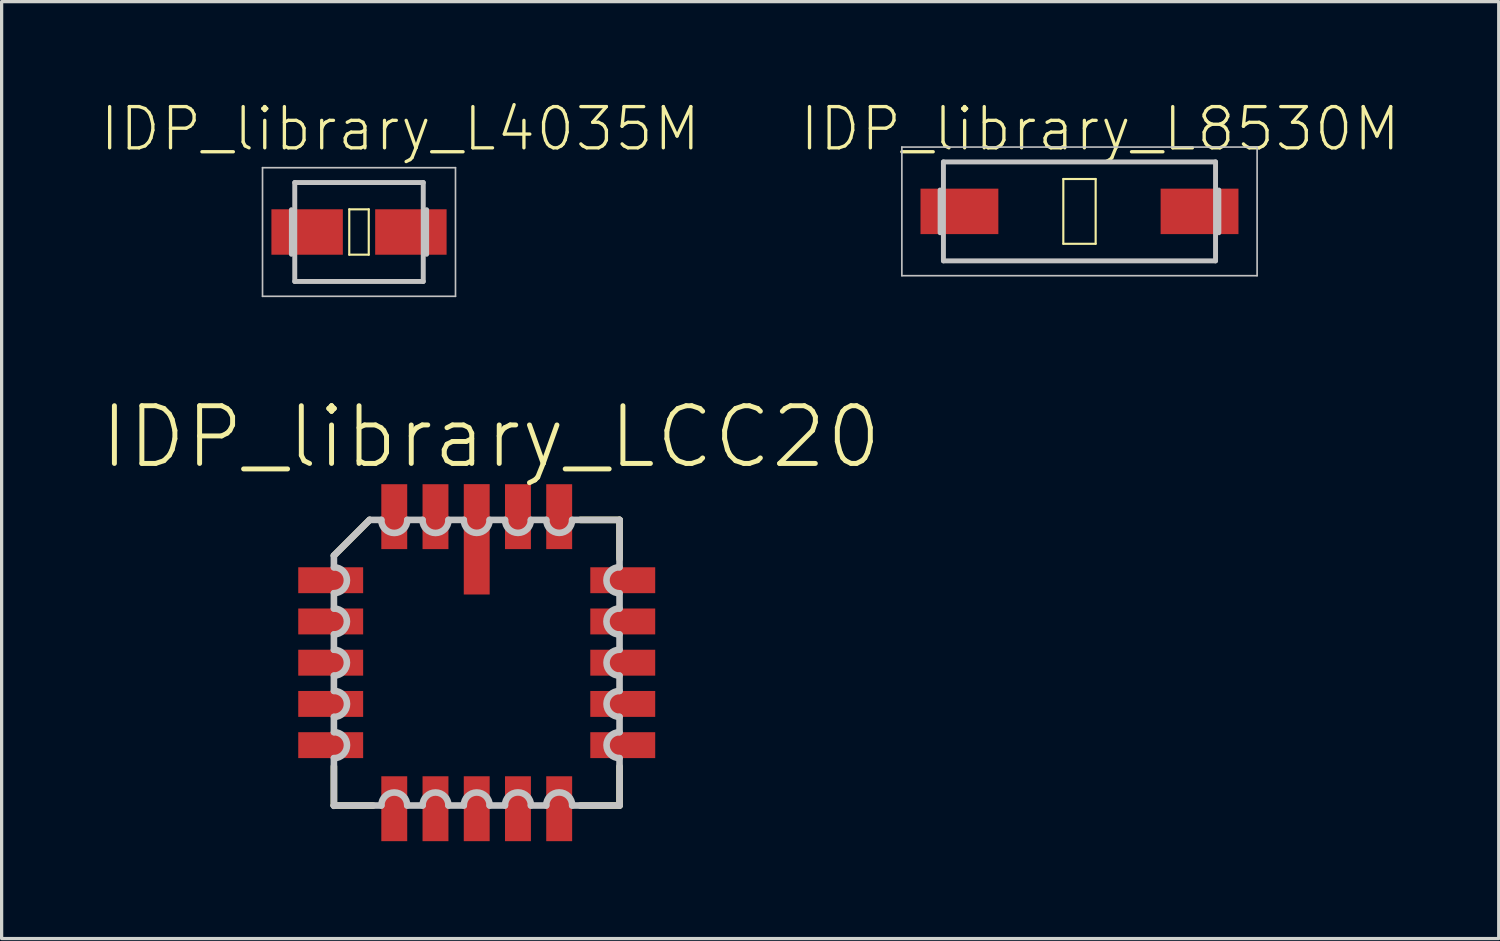
<source format=kicad_pcb>
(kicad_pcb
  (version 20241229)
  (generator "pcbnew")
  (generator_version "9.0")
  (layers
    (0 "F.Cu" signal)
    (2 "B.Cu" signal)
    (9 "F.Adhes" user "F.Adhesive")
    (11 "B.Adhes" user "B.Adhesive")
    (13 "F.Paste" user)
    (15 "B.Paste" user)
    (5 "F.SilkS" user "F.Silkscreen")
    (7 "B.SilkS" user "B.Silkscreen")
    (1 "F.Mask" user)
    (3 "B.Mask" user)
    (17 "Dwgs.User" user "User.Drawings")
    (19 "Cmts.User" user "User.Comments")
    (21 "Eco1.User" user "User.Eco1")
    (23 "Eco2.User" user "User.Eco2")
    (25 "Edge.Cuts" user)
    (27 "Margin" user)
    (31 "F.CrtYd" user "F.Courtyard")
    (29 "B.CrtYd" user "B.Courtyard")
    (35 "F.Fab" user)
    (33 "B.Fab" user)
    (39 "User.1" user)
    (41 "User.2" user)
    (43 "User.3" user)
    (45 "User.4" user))
  (footprint "IDP_library_L8530M"
    (layer "F.Cu")
    (at 30.2 3.461)
    (property "Reference" "IDP_library_L8530M" (at 0.635 -2.54 0) (layer "F.SilkS") (effects (font (size 1.27 1.27) (thickness 0.102))))
    (attr smd)
    (fp_line (start -0.498 -0.998) (end 0.498 -0.998) (stroke (width 0.066) (type solid)) (layer "F.SilkS"))
    (fp_line (start -0.498 0.998) (end -0.498 -0.998) (stroke (width 0.066) (type solid)) (layer "F.SilkS"))
    (fp_line (start -0.498 0.998) (end 0.498 0.998) (stroke (width 0.066) (type solid)) (layer "F.SilkS"))
    (fp_line (start 0.498 0.998) (end 0.498 -0.998) (stroke (width 0.066) (type solid)) (layer "F.SilkS"))
    (fp_line (start -5.471 -1.981) (end 5.471 -1.981) (stroke (width 0.051) (type solid)) (layer "Dwgs.User"))
    (fp_line (start -5.471 1.981) (end -5.471 -1.981) (stroke (width 0.051) (type solid)) (layer "Dwgs.User"))
    (fp_line (start -4.293 0.658) (end -4.293 -0.658) (stroke (width 0.152) (type solid)) (layer "Dwgs.User"))
    (fp_line (start -4.191 1.524) (end -4.191 -1.524) (stroke (width 0.152) (type solid)) (layer "Dwgs.User"))
    (fp_line (start 4.191 -1.524) (end -4.191 -1.524) (stroke (width 0.152) (type solid)) (layer "Dwgs.User"))
    (fp_line (start 4.191 1.524) (end -4.191 1.524) (stroke (width 0.152) (type solid)) (layer "Dwgs.User"))
    (fp_line (start 4.191 1.524) (end 4.191 -1.524) (stroke (width 0.152) (type solid)) (layer "Dwgs.User"))
    (fp_line (start 4.293 0.658) (end 4.293 -0.658) (stroke (width 0.152) (type solid)) (layer "Dwgs.User"))
    (fp_line (start 5.471 -1.981) (end 5.471 1.981) (stroke (width 0.051) (type solid)) (layer "Dwgs.User"))
    (fp_line (start 5.471 1.981) (end -5.471 1.981) (stroke (width 0.051) (type solid)) (layer "Dwgs.User"))
    (pad "1" smd rect (at -3.698 0) (size 2.398 1.4) (layers "F.Cu" "F.Mask" "F.Paste"))
    (pad "2" smd rect (at 3.698 0) (size 2.398 1.4) (layers "F.Cu" "F.Mask" "F.Paste")))
  (footprint "IDP_library_LCC20"
    (layer "F.Cu")
    (at 11.634 17.362)
    (property "Reference" "IDP_library_LCC20" (at 0.439 -6.952 0) (layer "F.SilkS") (effects (font (size 1.778 1.778) (thickness 0.152))))
    (attr smd)
    (fp_line (start -4.399 3.193) (end -4.399 4.399) (stroke (width 0.203) (type solid)) (layer "F.SilkS"))
    (fp_line (start -4.399 4.399) (end -3.193 4.399) (stroke (width 0.203) (type solid)) (layer "F.SilkS"))
    (fp_line (start -3.299 -4.399) (end -4.399 -3.299) (stroke (width 0.203) (type solid)) (layer "F.SilkS"))
    (fp_line (start 3.193 4.399) (end 4.399 4.399) (stroke (width 0.203) (type solid)) (layer "F.SilkS"))
    (fp_line (start 4.399 -4.399) (end 3.193 -4.399) (stroke (width 0.203) (type solid)) (layer "F.SilkS"))
    (fp_line (start 4.399 -3.193) (end 4.399 -4.399) (stroke (width 0.203) (type solid)) (layer "F.SilkS"))
    (fp_line (start 4.399 4.399) (end 4.399 3.193) (stroke (width 0.203) (type solid)) (layer "F.SilkS"))
    (fp_line (start -4.399 -3.299) (end -4.399 -2.939) (stroke (width 0.203) (type solid)) (layer "Dwgs.User"))
    (fp_line (start -4.399 -2.139) (end -4.399 -1.669) (stroke (width 0.203) (type solid)) (layer "Dwgs.User"))
    (fp_line (start -4.399 -0.869) (end -4.399 -0.399) (stroke (width 0.203) (type solid)) (layer "Dwgs.User"))
    (fp_line (start -4.399 0.399) (end -4.399 0.869) (stroke (width 0.203) (type solid)) (layer "Dwgs.User"))
    (fp_line (start -4.399 1.669) (end -4.399 2.139) (stroke (width 0.203) (type solid)) (layer "Dwgs.User"))
    (fp_line (start -4.399 2.939) (end -4.399 4.399) (stroke (width 0.203) (type solid)) (layer "Dwgs.User"))
    (fp_line (start -4.399 4.399) (end -4.399 4.409) (stroke (width 0.203) (type solid)) (layer "Dwgs.User"))
    (fp_line (start -4.399 4.399) (end -2.939 4.399) (stroke (width 0.203) (type solid)) (layer "Dwgs.User"))
    (fp_line (start -3.299 -4.399) (end -4.399 -3.299) (stroke (width 0.203) (type solid)) (layer "Dwgs.User"))
    (fp_line (start -2.939 -4.399) (end -3.299 -4.399) (stroke (width 0.203) (type solid)) (layer "Dwgs.User"))
    (fp_line (start -2.139 4.399) (end -1.669 4.399) (stroke (width 0.203) (type solid)) (layer "Dwgs.User"))
    (fp_line (start -1.669 -4.399) (end -2.139 -4.399) (stroke (width 0.203) (type solid)) (layer "Dwgs.User"))
    (fp_line (start -0.869 4.399) (end -0.399 4.399) (stroke (width 0.203) (type solid)) (layer "Dwgs.User"))
    (fp_line (start -0.399 -4.399) (end -0.869 -4.399) (stroke (width 0.203) (type solid)) (layer "Dwgs.User"))
    (fp_line (start 0.399 4.399) (end 0.869 4.399) (stroke (width 0.203) (type solid)) (layer "Dwgs.User"))
    (fp_line (start 0.869 -4.399) (end 0.399 -4.399) (stroke (width 0.203) (type solid)) (layer "Dwgs.User"))
    (fp_line (start 1.669 4.399) (end 2.139 4.399) (stroke (width 0.203) (type solid)) (layer "Dwgs.User"))
    (fp_line (start 2.139 -4.399) (end 1.669 -4.399) (stroke (width 0.203) (type solid)) (layer "Dwgs.User"))
    (fp_line (start 2.939 4.399) (end 4.399 4.399) (stroke (width 0.203) (type solid)) (layer "Dwgs.User"))
    (fp_line (start 4.399 -4.399) (end 2.939 -4.399) (stroke (width 0.203) (type solid)) (layer "Dwgs.User"))
    (fp_line (start 4.399 -2.939) (end 4.399 -4.399) (stroke (width 0.203) (type solid)) (layer "Dwgs.User"))
    (fp_line (start 4.399 -1.669) (end 4.399 -2.139) (stroke (width 0.203) (type solid)) (layer "Dwgs.User"))
    (fp_line (start 4.399 -0.399) (end 4.399 -0.869) (stroke (width 0.203) (type solid)) (layer "Dwgs.User"))
    (fp_line (start 4.399 0.869) (end 4.399 0.399) (stroke (width 0.203) (type solid)) (layer "Dwgs.User"))
    (fp_line (start 4.399 2.139) (end 4.399 1.669) (stroke (width 0.203) (type solid)) (layer "Dwgs.User"))
    (fp_line (start 4.399 4.399) (end 4.399 2.939) (stroke (width 0.203) (type solid)) (layer "Dwgs.User"))
    (fp_arc (start -4.39674 -2.93878) (mid -3.99796 -2.54) (end -4.39674 -2.14122) (stroke (width 0.2032) (type solid)) (layer "Dwgs.User"))
    (fp_arc (start -4.39674 -1.66878) (mid -3.99796 -1.27) (end -4.39674 -0.87122) (stroke (width 0.2032) (type solid)) (layer "Dwgs.User"))
    (fp_arc (start -4.39674 -0.39878) (mid -3.99796 0) (end -4.39674 0.39878) (stroke (width 0.2032) (type solid)) (layer "Dwgs.User"))
    (fp_arc (start -4.39674 0.86868) (mid -3.99542 1.27) (end -4.39674 1.67132) (stroke (width 0.2032) (type solid)) (layer "Dwgs.User"))
    (fp_arc (start -4.39674 2.13868) (mid -3.99542 2.54) (end -4.39674 2.94132) (stroke (width 0.2032) (type solid)) (layer "Dwgs.User"))
    (fp_arc (start -2.93878 4.39674) (mid -2.54 3.99796) (end -2.14122 4.39674) (stroke (width 0.2032) (type solid)) (layer "Dwgs.User"))
    (fp_arc (start -2.13868 -4.39674) (mid -2.54 -3.99542) (end -2.94132 -4.39674) (stroke (width 0.2032) (type solid)) (layer "Dwgs.User"))
    (fp_arc (start -1.66878 4.39674) (mid -1.27 3.99796) (end -0.87122 4.39674) (stroke (width 0.2032) (type solid)) (layer "Dwgs.User"))
    (fp_arc (start -0.86868 -4.39674) (mid -1.27 -3.99542) (end -1.67132 -4.39674) (stroke (width 0.2032) (type solid)) (layer "Dwgs.User"))
    (fp_arc (start -0.39878 4.39674) (mid 0 3.99796) (end 0.39878 4.39674) (stroke (width 0.2032) (type solid)) (layer "Dwgs.User"))
    (fp_arc (start 0.39878 -4.39674) (mid 0 -3.99796) (end -0.39878 -4.39674) (stroke (width 0.2032) (type solid)) (layer "Dwgs.User"))
    (fp_arc (start 0.86868 4.39674) (mid 1.27 3.99542) (end 1.67132 4.39674) (stroke (width 0.2032) (type solid)) (layer "Dwgs.User"))
    (fp_arc (start 1.66878 -4.39674) (mid 1.27 -3.99796) (end 0.87122 -4.39674) (stroke (width 0.2032) (type solid)) (layer "Dwgs.User"))
    (fp_arc (start 2.13868 4.39674) (mid 2.54 3.99542) (end 2.94132 4.39674) (stroke (width 0.2032) (type solid)) (layer "Dwgs.User"))
    (fp_arc (start 2.93878 -4.39674) (mid 2.54 -3.99796) (end 2.14122 -4.39674) (stroke (width 0.2032) (type solid)) (layer "Dwgs.User"))
    (fp_arc (start 4.39674 -2.13868) (mid 3.99542 -2.54) (end 4.39674 -2.94132) (stroke (width 0.2032) (type solid)) (layer "Dwgs.User"))
    (fp_arc (start 4.39674 -0.86868) (mid 3.99542 -1.27) (end 4.39674 -1.67132) (stroke (width 0.2032) (type solid)) (layer "Dwgs.User"))
    (fp_arc (start 4.39674 0.39878) (mid 3.99796 0) (end 4.39674 -0.39878) (stroke (width 0.2032) (type solid)) (layer "Dwgs.User"))
    (fp_arc (start 4.39674 1.66878) (mid 3.99796 1.27) (end 4.39674 0.87122) (stroke (width 0.2032) (type solid)) (layer "Dwgs.User"))
    (fp_arc (start 4.39674 2.93878) (mid 3.99796 2.54) (end 4.39674 2.14122) (stroke (width 0.2032) (type solid)) (layer "Dwgs.User"))
    (pad "1" smd rect (at 0 -3.8) (size 0.798 3.399) (layers "F.Cu" "F.Mask" "F.Paste"))
    (pad "2" smd rect (at -1.27 -4.498) (size 0.798 1.999) (layers "F.Cu" "F.Mask" "F.Paste"))
    (pad "3" smd rect (at -2.54 -4.498) (size 0.798 1.999) (layers "F.Cu" "F.Mask" "F.Paste"))
    (pad "4" smd rect (at -4.498 -2.54) (size 1.999 0.798) (layers "F.Cu" "F.Mask" "F.Paste"))
    (pad "5" smd rect (at -4.498 -1.27) (size 1.999 0.798) (layers "F.Cu" "F.Mask" "F.Paste"))
    (pad "6" smd rect (at -4.498 0) (size 1.999 0.798) (layers "F.Cu" "F.Mask" "F.Paste"))
    (pad "7" smd rect (at -4.498 1.27) (size 1.999 0.798) (layers "F.Cu" "F.Mask" "F.Paste"))
    (pad "8" smd rect (at -4.498 2.54) (size 1.999 0.798) (layers "F.Cu" "F.Mask" "F.Paste"))
    (pad "9" smd rect (at -2.54 4.498) (size 0.798 1.999) (layers "F.Cu" "F.Mask" "F.Paste"))
    (pad "10" smd rect (at -1.27 4.498) (size 0.798 1.999) (layers "F.Cu" "F.Mask" "F.Paste"))
    (pad "11" smd rect (at 0 4.498) (size 0.798 1.999) (layers "F.Cu" "F.Mask" "F.Paste"))
    (pad "12" smd rect (at 1.27 4.498) (size 0.798 1.999) (layers "F.Cu" "F.Mask" "F.Paste"))
    (pad "13" smd rect (at 2.54 4.498) (size 0.798 1.999) (layers "F.Cu" "F.Mask" "F.Paste"))
    (pad "14" smd rect (at 4.498 2.54) (size 1.999 0.798) (layers "F.Cu" "F.Mask" "F.Paste"))
    (pad "15" smd rect (at 4.498 1.27) (size 1.999 0.798) (layers "F.Cu" "F.Mask" "F.Paste"))
    (pad "16" smd rect (at 4.498 0) (size 1.999 0.798) (layers "F.Cu" "F.Mask" "F.Paste"))
    (pad "17" smd rect (at 4.498 -1.27) (size 1.999 0.798) (layers "F.Cu" "F.Mask" "F.Paste"))
    (pad "18" smd rect (at 4.498 -2.54) (size 1.999 0.798) (layers "F.Cu" "F.Mask" "F.Paste"))
    (pad "19" smd rect (at 2.54 -4.498) (size 0.798 1.999) (layers "F.Cu" "F.Mask" "F.Paste"))
    (pad "20" smd rect (at 1.27 -4.498) (size 0.798 1.999) (layers "F.Cu" "F.Mask" "F.Paste")))
  (footprint "IDP_library_L4035M"
    (layer "F.Cu")
    (at 8.008 4.096)
    (property "Reference" "IDP_library_L4035M" (at 1.27 -3.175 0) (layer "F.SilkS") (effects (font (size 1.27 1.27) (thickness 0.102))))
    (attr smd)
    (fp_line (start -0.3 -0.699) (end 0.3 -0.699) (stroke (width 0.066) (type solid)) (layer "F.SilkS"))
    (fp_line (start -0.3 0.699) (end -0.3 -0.699) (stroke (width 0.066) (type solid)) (layer "F.SilkS"))
    (fp_line (start -0.3 0.699) (end 0.3 0.699) (stroke (width 0.066) (type solid)) (layer "F.SilkS"))
    (fp_line (start 0.3 0.699) (end 0.3 -0.699) (stroke (width 0.066) (type solid)) (layer "F.SilkS"))
    (fp_line (start -2.972 -1.981) (end 2.972 -1.981) (stroke (width 0.051) (type solid)) (layer "Dwgs.User"))
    (fp_line (start -2.972 1.981) (end -2.972 -1.981) (stroke (width 0.051) (type solid)) (layer "Dwgs.User"))
    (fp_line (start -2.083 -0.686) (end -2.083 0.686) (stroke (width 0.152) (type solid)) (layer "Dwgs.User"))
    (fp_line (start -1.979 -1.524) (end -1.979 1.524) (stroke (width 0.152) (type solid)) (layer "Dwgs.User"))
    (fp_line (start -1.979 1.524) (end 1.979 1.524) (stroke (width 0.152) (type solid)) (layer "Dwgs.User"))
    (fp_line (start 1.979 -1.524) (end -1.979 -1.524) (stroke (width 0.152) (type solid)) (layer "Dwgs.User"))
    (fp_line (start 1.979 1.524) (end 1.979 -1.524) (stroke (width 0.152) (type solid)) (layer "Dwgs.User"))
    (fp_line (start 2.083 -0.686) (end 2.083 0.686) (stroke (width 0.152) (type solid)) (layer "Dwgs.User"))
    (fp_line (start 2.972 -1.981) (end 2.972 1.981) (stroke (width 0.051) (type solid)) (layer "Dwgs.User"))
    (fp_line (start 2.972 1.981) (end -2.972 1.981) (stroke (width 0.051) (type solid)) (layer "Dwgs.User"))
    (pad "1" smd rect (at -1.598 0) (size 2.2 1.4) (layers "F.Cu" "F.Mask" "F.Paste"))
    (pad "2" smd rect (at 1.598 0) (size 2.2 1.4) (layers "F.Cu" "F.Mask" "F.Paste")))
  (gr_rect
    (start -3 -3)
    (end 43.113 25.86)
    (stroke (width 0.1) (type default))
    (fill no)
    (layer "Edge.Cuts")))
</source>
